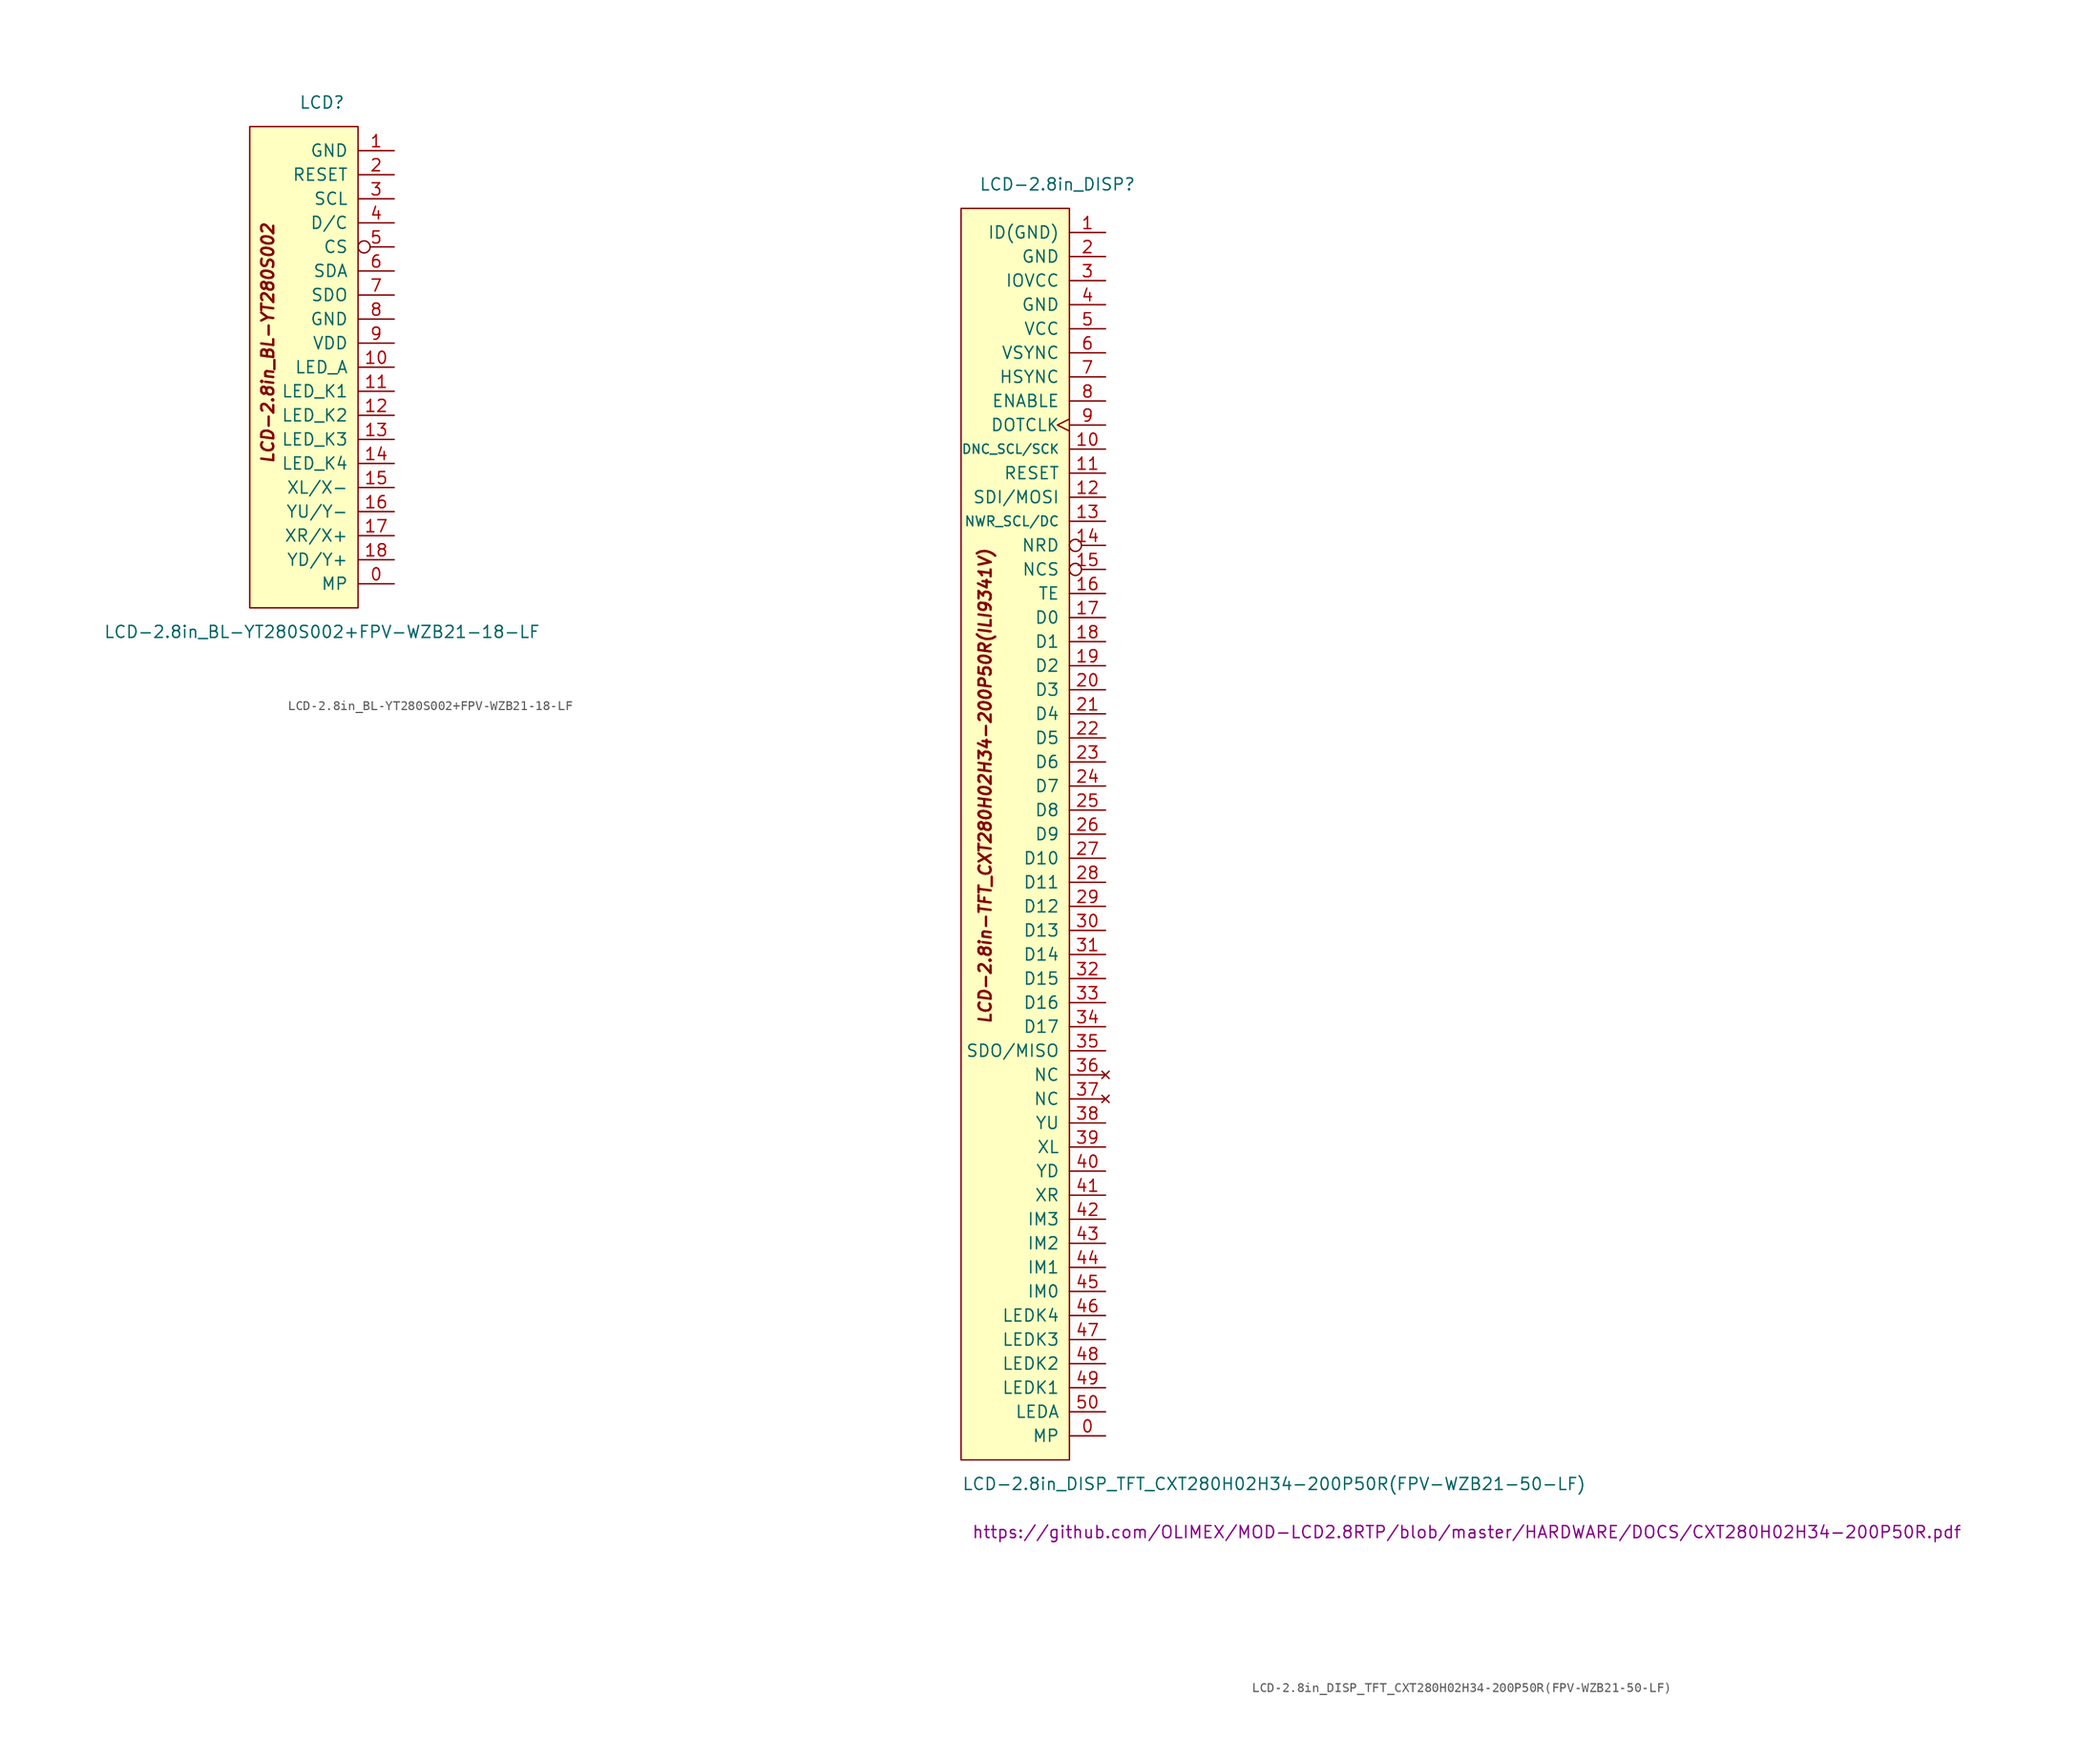
<source format=kicad_sym>
(kicad_symbol_lib
  (version 20220914)
  (generator kicad_symbol_editor)
  (symbol "LCD-2.8in_BL-YT280S002+FPV-WZB21-18-LF"
    (pin_names
      (offset 1.016))
    (property "Reference" "LCD"
      (at 0 27.94 0)
      (effects (font (size 1.27 1.27))))
    (property "Value" "LCD-2.8in_BL-YT280S002+FPV-WZB21-18-LF"
      (at 0 -27.94 0)
      (effects (font (size 1.27 1.27))))
    (property "Datasheet" ""
      (at 45.72 7.62 0)
      (effects (font (size 1.27 1.27))))
    (symbol "LCD-2.8in_BL-YT280S002+FPV-WZB21-18-LF_1_1"
      (rectangle (start -7.62 25.4) (end 3.81 -25.4) (stroke (width 0) (type solid)) (fill (type background)))
      (text "LCD-2.8in_BL-YT280S002\n" (at -5.715 2.54 900) (effects (font (size 1.27 1.27) bold italic)))
      (pin passive line (at 7.62 -22.86 180) (length 3.81) (name "MP" (effects (font (size 1.27 1.27)))) (number "0" (effects (font (size 1.27 1.27)))))
      (pin power_in line (at 7.62 22.86 180) (length 3.81) (name "GND" (effects (font (size 1.27 1.27)))) (number "1" (effects (font (size 1.27 1.27)))))
      (pin power_in line (at 7.62 0 180) (length 3.81) (name "LED_A" (effects (font (size 1.27 1.27)))) (number "10" (effects (font (size 1.27 1.27)))))
      (pin power_in line (at 7.62 -2.54 180) (length 3.81) (name "LED_K1" (effects (font (size 1.27 1.27)))) (number "11" (effects (font (size 1.27 1.27)))))
      (pin power_in line (at 7.62 -5.08 180) (length 3.81) (name "LED_K2" (effects (font (size 1.27 1.27)))) (number "12" (effects (font (size 1.27 1.27)))))
      (pin power_in line (at 7.62 -7.62 180) (length 3.81) (name "LED_K3" (effects (font (size 1.27 1.27)))) (number "13" (effects (font (size 1.27 1.27)))))
      (pin power_in line (at 7.62 -10.16 180) (length 3.81) (name "LED_K4" (effects (font (size 1.27 1.27)))) (number "14" (effects (font (size 1.27 1.27)))))
      (pin input line (at 7.62 -12.7 180) (length 3.81) (name "XL/X-" (effects (font (size 1.27 1.27)))) (number "15" (effects (font (size 1.27 1.27)))))
      (pin input line (at 7.62 -15.24 180) (length 3.81) (name "YU/Y-" (effects (font (size 1.27 1.27)))) (number "16" (effects (font (size 1.27 1.27)))))
      (pin input line (at 7.62 -17.78 180) (length 3.81) (name "XR/X+" (effects (font (size 1.27 1.27)))) (number "17" (effects (font (size 1.27 1.27)))))
      (pin input line (at 7.62 -20.32 180) (length 3.81) (name "YD/Y+" (effects (font (size 1.27 1.27)))) (number "18" (effects (font (size 1.27 1.27)))))
      (pin input line (at 7.62 20.32 180) (length 3.81) (name "RESET" (effects (font (size 1.27 1.27)))) (number "2" (effects (font (size 1.27 1.27)))))
      (pin input line (at 7.62 17.78 180) (length 3.81) (name "SCL" (effects (font (size 1.27 1.27)))) (number "3" (effects (font (size 1.27 1.27)))))
      (pin input line (at 7.62 15.24 180) (length 3.81) (name "D/C" (effects (font (size 1.27 1.27)))) (number "4" (effects (font (size 1.27 1.27)))))
      (pin input inverted (at 7.62 12.7 180) (length 3.81) (name "CS" (effects (font (size 1.27 1.27)))) (number "5" (effects (font (size 1.27 1.27)))))
      (pin input line (at 7.62 10.16 180) (length 3.81) (name "SDA" (effects (font (size 1.27 1.27)))) (number "6" (effects (font (size 1.27 1.27)))))
      (pin output line (at 7.62 7.62 180) (length 3.81) (name "SDO" (effects (font (size 1.27 1.27)))) (number "7" (effects (font (size 1.27 1.27)))))
      (pin power_in line (at 7.62 5.08 180) (length 3.81) (name "GND" (effects (font (size 1.27 1.27)))) (number "8" (effects (font (size 1.27 1.27)))))
      (pin power_in line (at 7.62 2.54 180) (length 3.81) (name "VDD" (effects (font (size 1.27 1.27)))) (number "9" (effects (font (size 1.27 1.27)))))))
  (symbol "LCD-2.8in_DISP_TFT_CXT280H02H34-200P50R(FPV-WZB21-50-LF)"
    (pin_names
      (offset 1.016))
    (property "Reference" "LCD-2.8in_DISP"
      (at 2.54 68.58 0)
      (effects (font (size 1.27 1.27))))
    (property "Value" "LCD-2.8in_DISP_TFT_CXT280H02H34-200P50R(FPV-WZB21-50-LF)"
      (at 25.4 -68.58 0)
      (effects (font (size 1.27 1.27))))
    (property "Footprint" ""
      (at 2.54 13.97 0)
      (effects (font (size 1.27 1.27))))
    (property "Datasheet" "https://github.com/OLIMEX/MOD-LCD2.8RTP/blob/master/HARDWARE/DOCS/CXT280H02H34-200P50R.pdf"
      (at 45.72 -73.66 0)
      (effects (font (size 1.27 1.27))))
    (symbol "LCD-2.8in_DISP_TFT_CXT280H02H34-200P50R(FPV-WZB21-50-LF)_1_1"
      (rectangle (start -7.62 66.04) (end 3.81 -66.04) (stroke (width 0) (type solid)) (fill (type background)))
      (text "LCD-2.8in-TFT_CXT280H02H34-200P50R(ILI9341V)" (at -5.08 5.08 900) (effects (font (size 1.27 1.27) bold italic)))
      (pin passive line (at 7.62 -63.5 180) (length 3.81) (name "MP" (effects (font (size 1.27 1.27)))) (number "0" (effects (font (size 1.27 1.27)))))
      (pin power_in line (at 7.62 63.5 180) (length 3.81) (name "ID(GND)" (effects (font (size 1.27 1.27)))) (number "1" (effects (font (size 1.27 1.27)))))
      (pin input line (at 7.62 40.64 180) (length 3.81) (name "DNC_SCL/SCK" (effects (font (size 0.965 0.965)))) (number "10" (effects (font (size 1.27 1.27)))))
      (pin input line (at 7.62 38.1 180) (length 3.81) (name "RESET" (effects (font (size 1.27 1.27)))) (number "11" (effects (font (size 1.27 1.27)))))
      (pin input line (at 7.62 35.56 180) (length 3.81) (name "SDI/MOSI" (effects (font (size 1.27 1.27)))) (number "12" (effects (font (size 1.27 1.27)))))
      (pin input line (at 7.62 33.02 180) (length 3.81) (name "NWR_SCL/DC" (effects (font (size 1.016 1.016)))) (number "13" (effects (font (size 1.27 1.27)))))
      (pin input inverted (at 7.62 30.48 180) (length 3.81) (name "NRD" (effects (font (size 1.27 1.27)))) (number "14" (effects (font (size 1.27 1.27)))))
      (pin input inverted (at 7.62 27.94 180) (length 3.81) (name "NCS" (effects (font (size 1.27 1.27)))) (number "15" (effects (font (size 1.27 1.27)))))
      (pin output line (at 7.62 25.4 180) (length 3.81) (name "TE" (effects (font (size 1.27 1.27)))) (number "16" (effects (font (size 1.27 1.27)))))
      (pin bidirectional line (at 7.62 22.86 180) (length 3.81) (name "D0" (effects (font (size 1.27 1.27)))) (number "17" (effects (font (size 1.27 1.27)))))
      (pin bidirectional line (at 7.62 20.32 180) (length 3.81) (name "D1" (effects (font (size 1.27 1.27)))) (number "18" (effects (font (size 1.27 1.27)))))
      (pin bidirectional line (at 7.62 17.78 180) (length 3.81) (name "D2" (effects (font (size 1.27 1.27)))) (number "19" (effects (font (size 1.27 1.27)))))
      (pin power_in line (at 7.62 60.96 180) (length 3.81) (name "GND" (effects (font (size 1.27 1.27)))) (number "2" (effects (font (size 1.27 1.27)))))
      (pin bidirectional line (at 7.62 15.24 180) (length 3.81) (name "D3" (effects (font (size 1.27 1.27)))) (number "20" (effects (font (size 1.27 1.27)))))
      (pin bidirectional line (at 7.62 12.7 180) (length 3.81) (name "D4" (effects (font (size 1.27 1.27)))) (number "21" (effects (font (size 1.27 1.27)))))
      (pin bidirectional line (at 7.62 10.16 180) (length 3.81) (name "D5" (effects (font (size 1.27 1.27)))) (number "22" (effects (font (size 1.27 1.27)))))
      (pin bidirectional line (at 7.62 7.62 180) (length 3.81) (name "D6" (effects (font (size 1.27 1.27)))) (number "23" (effects (font (size 1.27 1.27)))))
      (pin bidirectional line (at 7.62 5.08 180) (length 3.81) (name "D7" (effects (font (size 1.27 1.27)))) (number "24" (effects (font (size 1.27 1.27)))))
      (pin bidirectional line (at 7.62 2.54 180) (length 3.81) (name "D8" (effects (font (size 1.27 1.27)))) (number "25" (effects (font (size 1.27 1.27)))))
      (pin bidirectional line (at 7.62 0 180) (length 3.81) (name "D9" (effects (font (size 1.27 1.27)))) (number "26" (effects (font (size 1.27 1.27)))))
      (pin bidirectional line (at 7.62 -2.54 180) (length 3.81) (name "D10" (effects (font (size 1.27 1.27)))) (number "27" (effects (font (size 1.27 1.27)))))
      (pin bidirectional line (at 7.62 -5.08 180) (length 3.81) (name "D11" (effects (font (size 1.27 1.27)))) (number "28" (effects (font (size 1.27 1.27)))))
      (pin bidirectional line (at 7.62 -7.62 180) (length 3.81) (name "D12" (effects (font (size 1.27 1.27)))) (number "29" (effects (font (size 1.27 1.27)))))
      (pin power_in line (at 7.62 58.42 180) (length 3.81) (name "IOVCC" (effects (font (size 1.27 1.27)))) (number "3" (effects (font (size 1.27 1.27)))))
      (pin bidirectional line (at 7.62 -10.16 180) (length 3.81) (name "D13" (effects (font (size 1.27 1.27)))) (number "30" (effects (font (size 1.27 1.27)))))
      (pin bidirectional line (at 7.62 -12.7 180) (length 3.81) (name "D14" (effects (font (size 1.27 1.27)))) (number "31" (effects (font (size 1.27 1.27)))))
      (pin bidirectional line (at 7.62 -15.24 180) (length 3.81) (name "D15" (effects (font (size 1.27 1.27)))) (number "32" (effects (font (size 1.27 1.27)))))
      (pin bidirectional line (at 7.62 -17.78 180) (length 3.81) (name "D16" (effects (font (size 1.27 1.27)))) (number "33" (effects (font (size 1.27 1.27)))))
      (pin bidirectional line (at 7.62 -20.32 180) (length 3.81) (name "D17" (effects (font (size 1.27 1.27)))) (number "34" (effects (font (size 1.27 1.27)))))
      (pin output line (at 7.62 -22.86 180) (length 3.81) (name "SDO/MISO" (effects (font (size 1.27 1.27)))) (number "35" (effects (font (size 1.27 1.27)))))
      (pin no_connect line (at 7.62 -25.4 180) (length 3.81) (name "NC" (effects (font (size 1.27 1.27)))) (number "36" (effects (font (size 1.27 1.27)))))
      (pin no_connect line (at 7.62 -27.94 180) (length 3.81) (name "NC" (effects (font (size 1.27 1.27)))) (number "37" (effects (font (size 1.27 1.27)))))
      (pin passive line (at 7.62 -30.48 180) (length 3.81) (name "YU" (effects (font (size 1.27 1.27)))) (number "38" (effects (font (size 1.27 1.27)))))
      (pin passive line (at 7.62 -33.02 180) (length 3.81) (name "XL" (effects (font (size 1.27 1.27)))) (number "39" (effects (font (size 1.27 1.27)))))
      (pin power_in line (at 7.62 55.88 180) (length 3.81) (name "GND" (effects (font (size 1.27 1.27)))) (number "4" (effects (font (size 1.27 1.27)))))
      (pin passive line (at 7.62 -35.56 180) (length 3.81) (name "YD" (effects (font (size 1.27 1.27)))) (number "40" (effects (font (size 1.27 1.27)))))
      (pin passive line (at 7.62 -38.1 180) (length 3.81) (name "XR" (effects (font (size 1.27 1.27)))) (number "41" (effects (font (size 1.27 1.27)))))
      (pin input line (at 7.62 -40.64 180) (length 3.81) (name "IM3" (effects (font (size 1.27 1.27)))) (number "42" (effects (font (size 1.27 1.27)))))
      (pin input line (at 7.62 -43.18 180) (length 3.81) (name "IM2" (effects (font (size 1.27 1.27)))) (number "43" (effects (font (size 1.27 1.27)))))
      (pin input line (at 7.62 -45.72 180) (length 3.81) (name "IM1" (effects (font (size 1.27 1.27)))) (number "44" (effects (font (size 1.27 1.27)))))
      (pin input line (at 7.62 -48.26 180) (length 3.81) (name "IM0" (effects (font (size 1.27 1.27)))) (number "45" (effects (font (size 1.27 1.27)))))
      (pin input line (at 7.62 -50.8 180) (length 3.81) (name "LEDK4" (effects (font (size 1.27 1.27)))) (number "46" (effects (font (size 1.27 1.27)))))
      (pin input line (at 7.62 -53.34 180) (length 3.81) (name "LEDK3" (effects (font (size 1.27 1.27)))) (number "47" (effects (font (size 1.27 1.27)))))
      (pin input line (at 7.62 -55.88 180) (length 3.81) (name "LEDK2" (effects (font (size 1.27 1.27)))) (number "48" (effects (font (size 1.27 1.27)))))
      (pin input line (at 7.62 -58.42 180) (length 3.81) (name "LEDK1" (effects (font (size 1.27 1.27)))) (number "49" (effects (font (size 1.27 1.27)))))
      (pin power_in line (at 7.62 53.34 180) (length 3.81) (name "VCC" (effects (font (size 1.27 1.27)))) (number "5" (effects (font (size 1.27 1.27)))))
      (pin input line (at 7.62 -60.96 180) (length 3.81) (name "LEDA" (effects (font (size 1.27 1.27)))) (number "50" (effects (font (size 1.27 1.27)))))
      (pin input line (at 7.62 50.8 180) (length 3.81) (name "VSYNC" (effects (font (size 1.27 1.27)))) (number "6" (effects (font (size 1.27 1.27)))))
      (pin input line (at 7.62 48.26 180) (length 3.81) (name "HSYNC" (effects (font (size 1.27 1.27)))) (number "7" (effects (font (size 1.27 1.27)))))
      (pin input line (at 7.62 45.72 180) (length 3.81) (name "ENABLE" (effects (font (size 1.27 1.27)))) (number "8" (effects (font (size 1.27 1.27)))))
      (pin input clock (at 7.62 43.18 180) (length 3.81) (name "DOTCLK" (effects (font (size 1.27 1.27)))) (number "9" (effects (font (size 1.27 1.27))))))))
</source>
